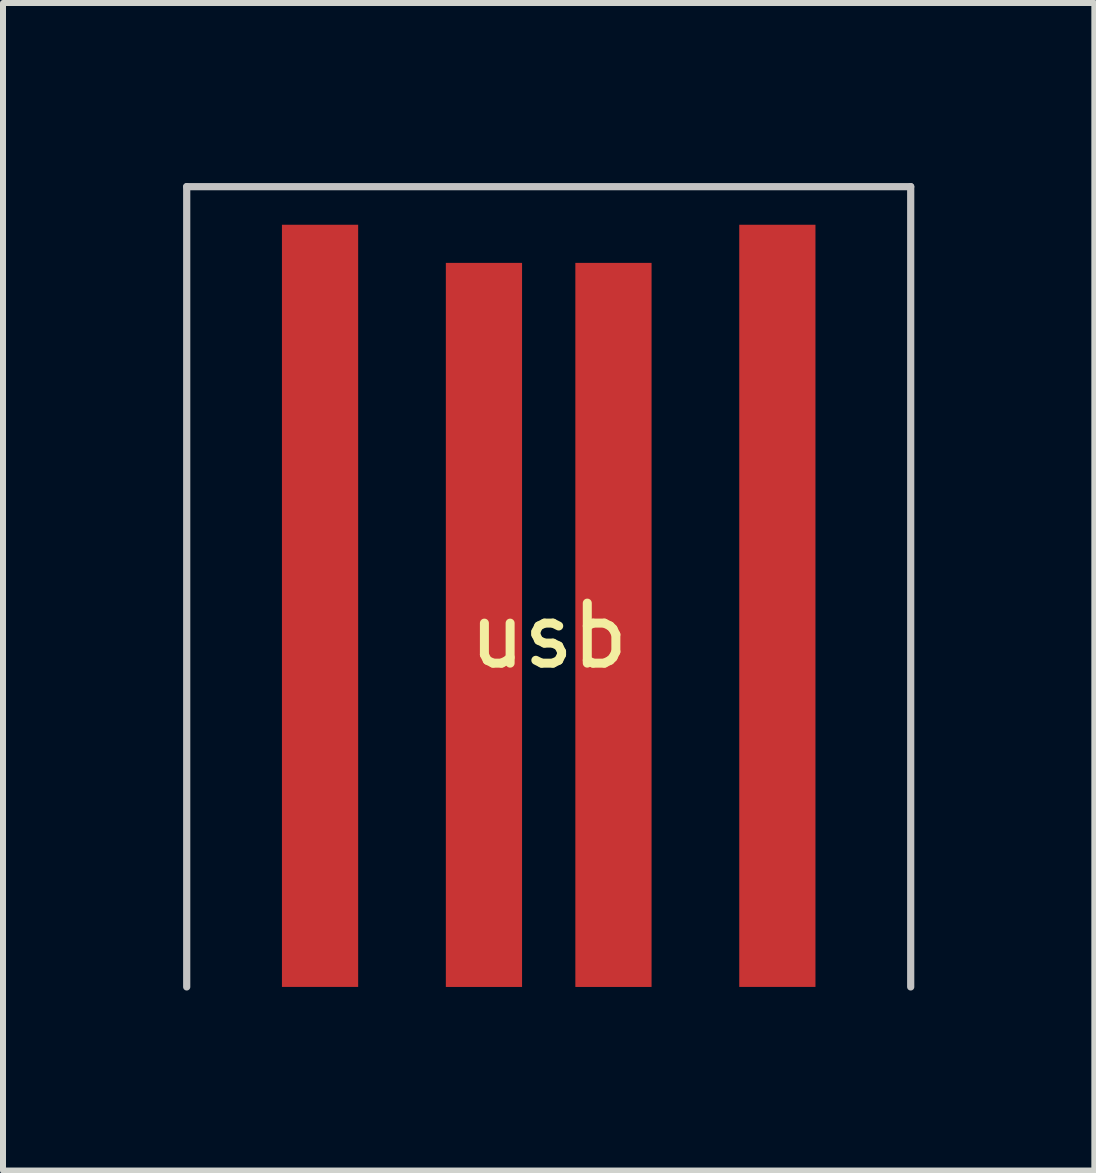
<source format=kicad_pcb>
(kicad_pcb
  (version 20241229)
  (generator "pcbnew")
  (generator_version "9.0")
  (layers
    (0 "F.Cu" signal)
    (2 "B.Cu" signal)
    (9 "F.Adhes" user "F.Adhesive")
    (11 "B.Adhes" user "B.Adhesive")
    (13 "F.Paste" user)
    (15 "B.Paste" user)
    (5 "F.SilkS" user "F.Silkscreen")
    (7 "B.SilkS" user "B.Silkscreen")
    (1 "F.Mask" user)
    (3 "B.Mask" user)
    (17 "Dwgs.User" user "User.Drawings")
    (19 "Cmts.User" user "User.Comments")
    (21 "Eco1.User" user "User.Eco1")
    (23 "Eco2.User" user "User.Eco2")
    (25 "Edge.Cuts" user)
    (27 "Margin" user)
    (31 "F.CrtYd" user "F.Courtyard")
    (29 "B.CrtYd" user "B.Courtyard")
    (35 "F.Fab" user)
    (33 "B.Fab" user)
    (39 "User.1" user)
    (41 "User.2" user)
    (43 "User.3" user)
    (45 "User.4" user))
  (footprint "usb"
    (layer "F.Cu")
    (at 6.093 7.045)
    (property "Reference" "usb" (at 0 0.5 0) (layer "F.SilkS") (effects (font (size 1 1) (thickness 0.15))))
    (attr through_hole)
    (fp_line (start -6.032 -6.985) (end 6.032 -6.985) (stroke (width 0.12) (type solid)) (layer "Dwgs.User"))
    (fp_line (start -6.032 6.35) (end -6.032 -6.985) (stroke (width 0.12) (type solid)) (layer "Dwgs.User"))
    (fp_line (start 6.032 6.35) (end 6.032 -6.985) (stroke (width 0.12) (type solid)) (layer "Dwgs.User"))
    (pad "1" smd rect (at -3.81 0) (size 1.27 12.7) (layers "F.Cu" "F.Mask"))
    (pad "2" smd rect (at -1.079 0.318) (size 1.27 12.065) (layers "F.Cu" "F.Mask"))
    (pad "3" smd rect (at 1.079 0.318) (size 1.27 12.065) (layers "F.Cu" "F.Mask"))
    (pad "4" smd rect (at 3.81 0) (size 1.27 12.7) (layers "F.Cu" "F.Mask")))
  (gr_rect
    (start -3 -3)
    (end 15.185 16.455)
    (stroke (width 0.1) (type default))
    (fill no)
    (layer "Edge.Cuts")))
</source>
